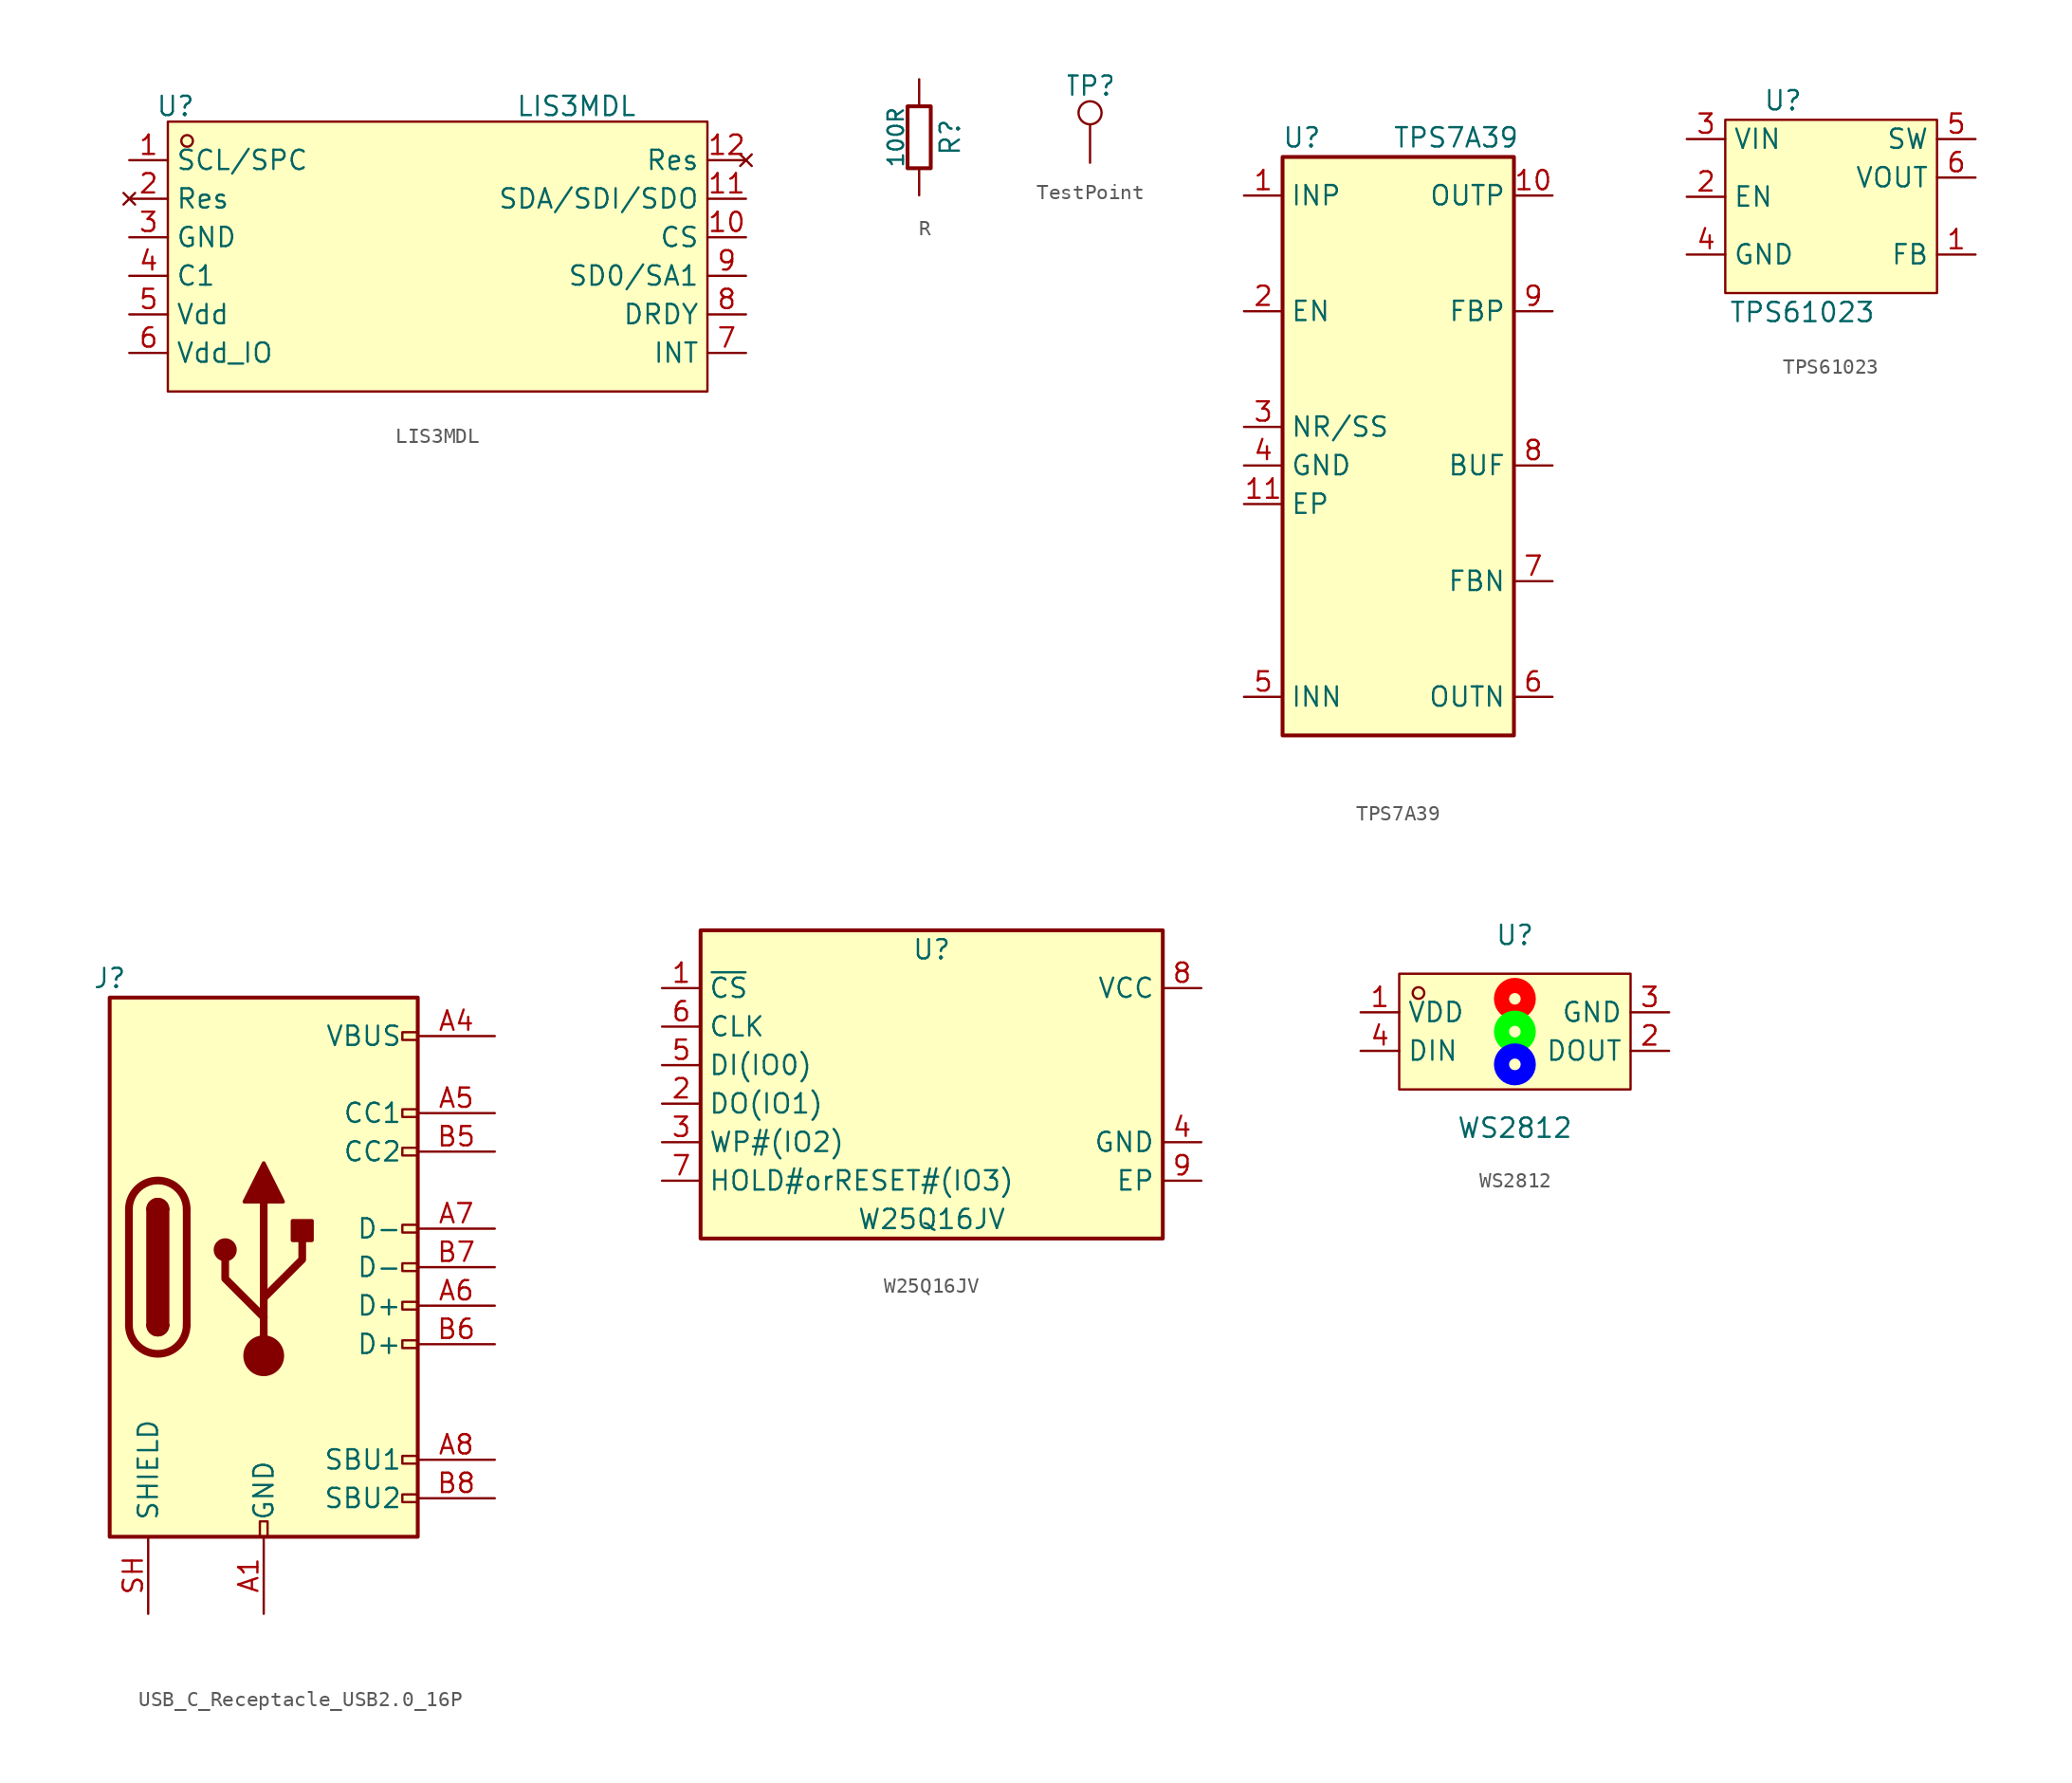
<source format=kicad_sym>
(kicad_symbol_lib
  (version 20241209)
  (generator "kicad_symbol_editor")
  (generator_version "9.0")
  (symbol "LIS3MDL"
    (property "Reference" "U"
      (at -17.272 9.906 0)
      (effects (font (size 1.27 1.27))))
    (property "Value" "LIS3MDL"
      (at 9.144 9.906 0)
      (effects (font (size 1.27 1.27))))
    (symbol "LIS3MDL_0_1"
      (rectangle (start -17.78 8.89) (end 17.78 -8.89) (stroke (width 0) (type default)) (fill (type background)))
      (circle (center -16.51 7.62) (radius 0.38) (stroke (width 0) (type default)) (fill (type none)))
      (pin unspecified line (at -20.32 6.35 0) (length 2.54) (name "SCL/SPC" (effects (font (size 1.27 1.27)))) (number "1" (effects (font (size 1.27 1.27)))))
      (pin unspecified line (at -20.32 -1.27 0) (length 2.54) (name "C1" (effects (font (size 1.27 1.27)))) (number "4" (effects (font (size 1.27 1.27)))))
      (pin unspecified line (at 20.32 3.81 180) (length 2.54) (name "SDA/SDI/SDO" (effects (font (size 1.27 1.27)))) (number "11" (effects (font (size 1.27 1.27)))))
      (pin unspecified line (at 20.32 1.27 180) (length 2.54) (name "CS" (effects (font (size 1.27 1.27)))) (number "10" (effects (font (size 1.27 1.27)))))
      (pin unspecified line (at 20.32 -1.27 180) (length 2.54) (name "SD0/SA1" (effects (font (size 1.27 1.27)))) (number "9" (effects (font (size 1.27 1.27)))))
      (pin unspecified line (at 20.32 -3.81 180) (length 2.54) (name "DRDY" (effects (font (size 1.27 1.27)))) (number "8" (effects (font (size 1.27 1.27)))))
      (pin unspecified line (at 20.32 -6.35 180) (length 2.54) (name "INT" (effects (font (size 1.27 1.27)))) (number "7" (effects (font (size 1.27 1.27))))))
    (symbol "LIS3MDL_1_1"
      (pin no_connect line (at -20.32 3.81 0) (length 2.54) (name "Res" (effects (font (size 1.27 1.27)))) (number "2" (effects (font (size 1.27 1.27)))))
      (pin power_in line (at -20.32 1.27 0) (length 2.54) (name "GND" (effects (font (size 1.27 1.27)))) (number "3" (effects (font (size 1.27 1.27)))))
      (pin power_in line (at -20.32 -3.81 0) (length 2.54) (name "Vdd" (effects (font (size 1.27 1.27)))) (number "5" (effects (font (size 1.27 1.27)))))
      (pin power_in line (at -20.32 -6.35 0) (length 2.54) (name "Vdd_IO" (effects (font (size 1.27 1.27)))) (number "6" (effects (font (size 1.27 1.27)))))
      (pin no_connect line (at 20.32 6.35 180) (length 2.54) (name "Res" (effects (font (size 1.27 1.27)))) (number "12" (effects (font (size 1.27 1.27)))))))
  (symbol "R"
    (pin_numbers
      (hide yes))
    (pin_names
      (offset 0))
    (property "Reference" "R"
      (at 2.032 0 90)
      (effects (font (size 1.27 1.27))))
    (property "Value" "100R"
      (at -1.524 0 90)
      (do_not_autoplace)
      (effects (font (size 1.016 1.016))))
    (symbol "R_0_1"
      (rectangle (start -0.762 2.032) (end 0.762 -2.032) (stroke (width 0.254) (type default)) (fill (type none))))
    (symbol "R_1_1"
      (pin passive line (at 0 3.81 270) (length 1.778) (name "~" (effects (font (size 1.27 1.27)))) (number "1" (effects (font (size 1.27 1.27)))))
      (pin passive line (at 0 -3.81 90) (length 1.778) (name "~" (effects (font (size 1.27 1.27)))) (number "2" (effects (font (size 1.27 1.27)))))))
  (symbol "TestPoint"
    (pin_numbers
      (hide yes))
    (pin_names
      (offset 0.762)
      (hide yes))
    (property "Reference" "TP"
      (at 0 5.08 0)
      (effects (font (size 1.27 1.27))))
    (symbol "TestPoint_0_1"
      (circle (center 0 3.302) (radius 0.762) (stroke (width 0) (type default)) (fill (type none))))
    (symbol "TestPoint_1_1"
      (pin passive line (at 0 0 90) (length 2.54) (name "1" (effects (font (size 1.27 1.27)))) (number "1" (effects (font (size 1.27 1.27)))))))
  (symbol "TPS7A39"
    (property "Reference" "U"
      (at -6.35 21.59 0)
      (effects (font (size 1.27 1.27))))
    (property "Value" "TPS7A39"
      (at 3.81 21.59 0)
      (effects (font (size 1.27 1.27))))
    (symbol "TPS7A39_0_1"
      (rectangle (start -7.62 20.32) (end 7.62 -17.78) (stroke (width 0.254) (type default)) (fill (type background))))
    (symbol "TPS7A39_1_1"
      (pin power_in line (at -10.16 17.78 0) (length 2.54) (name "INP" (effects (font (size 1.27 1.27)))) (number "1" (effects (font (size 1.27 1.27)))))
      (pin power_in line (at -10.16 10.16 0) (length 2.54) (name "EN" (effects (font (size 1.27 1.27)))) (number "2" (effects (font (size 1.27 1.27)))))
      (pin input line (at -10.16 2.54 0) (length 2.54) (name "NR/SS" (effects (font (size 1.27 1.27)))) (number "3" (effects (font (size 1.27 1.27)))))
      (pin power_in line (at -10.16 0 0) (length 2.54) (name "GND" (effects (font (size 1.27 1.27)))) (number "4" (effects (font (size 1.27 1.27)))))
      (pin power_out line (at -10.16 -2.54 0) (length 2.54) (name "EP" (effects (font (size 1.27 1.27)))) (number "11" (effects (font (size 1.27 1.27)))))
      (pin power_out line (at -10.16 -15.24 0) (length 2.54) (name "INN" (effects (font (size 1.27 1.27)))) (number "5" (effects (font (size 1.27 1.27)))))
      (pin power_out line (at 10.16 17.78 180) (length 2.54) (name "OUTP" (effects (font (size 1.27 1.27)))) (number "10" (effects (font (size 1.27 1.27)))))
      (pin power_out line (at 10.16 10.16 180) (length 2.54) (name "FBP" (effects (font (size 1.27 1.27)))) (number "9" (effects (font (size 1.27 1.27)))))
      (pin power_out line (at 10.16 0 180) (length 2.54) (name "BUF" (effects (font (size 1.27 1.27)))) (number "8" (effects (font (size 1.27 1.27)))))
      (pin power_out line (at 10.16 -7.62 180) (length 2.54) (name "FBN" (effects (font (size 1.27 1.27)))) (number "7" (effects (font (size 1.27 1.27)))))
      (pin power_out line (at 10.16 -15.24 180) (length 2.54) (name "OUTN" (effects (font (size 1.27 1.27)))) (number "6" (effects (font (size 1.27 1.27)))))))
  (symbol "TPS61023"
    (property "Reference" "U"
      (at -2.54 6.35 0)
      (effects (font (size 1.27 1.27))))
    (property "Value" "TPS61023"
      (at -1.27 -7.62 0)
      (effects (font (size 1.27 1.27))))
    (symbol "TPS61023_0_1"
      (rectangle (start -6.35 5.08) (end 7.62 -6.35) (stroke (width 0) (type default)) (fill (type background))))
    (symbol "TPS61023_1_1"
      (pin power_in line (at -8.89 3.81 0) (length 2.54) (name "VIN" (effects (font (size 1.27 1.27)))) (number "3" (effects (font (size 1.27 1.27)))))
      (pin input line (at -8.89 0 0) (length 2.54) (name "EN" (effects (font (size 1.27 1.27)))) (number "2" (effects (font (size 1.27 1.27)))))
      (pin power_in line (at -8.89 -3.81 0) (length 2.54) (name "GND" (effects (font (size 1.27 1.27)))) (number "4" (effects (font (size 1.27 1.27)))))
      (pin passive line (at 10.16 3.81 180) (length 2.54) (name "SW" (effects (font (size 1.27 1.27)))) (number "5" (effects (font (size 1.27 1.27)))))
      (pin power_out line (at 10.16 1.27 180) (length 2.54) (name "VOUT" (effects (font (size 1.27 1.27)))) (number "6" (effects (font (size 1.27 1.27)))))
      (pin passive line (at 10.16 -3.81 180) (length 2.54) (name "FB" (effects (font (size 1.27 1.27)))) (number "1" (effects (font (size 1.27 1.27)))))))
  (symbol "USB_C_Receptacle_USB2.0_16P"
    (pin_names
      (offset 1.016))
    (property "Reference" "J"
      (at -10.16 19.05 0)
      (effects (font (size 1.27 1.27))))
    (symbol "USB_C_Receptacle_USB2.0_16P_0_0"
      (rectangle (start -0.254 -17.78) (end 0.254 -16.764) (stroke (width 0) (type default)) (fill (type none)))
      (rectangle (start 10.16 15.494) (end 9.144 14.986) (stroke (width 0) (type default)) (fill (type none)))
      (rectangle (start 10.16 10.414) (end 9.144 9.906) (stroke (width 0) (type default)) (fill (type none)))
      (rectangle (start 10.16 7.874) (end 9.144 7.366) (stroke (width 0) (type default)) (fill (type none)))
      (rectangle (start 10.16 2.794) (end 9.144 2.286) (stroke (width 0) (type default)) (fill (type none)))
      (rectangle (start 10.16 0.254) (end 9.144 -0.254) (stroke (width 0) (type default)) (fill (type none)))
      (rectangle (start 10.16 -2.286) (end 9.144 -2.794) (stroke (width 0) (type default)) (fill (type none)))
      (rectangle (start 10.16 -4.826) (end 9.144 -5.334) (stroke (width 0) (type default)) (fill (type none)))
      (rectangle (start 10.16 -12.446) (end 9.144 -12.954) (stroke (width 0) (type default)) (fill (type none)))
      (rectangle (start 10.16 -14.986) (end 9.144 -15.494) (stroke (width 0) (type default)) (fill (type none))))
    (symbol "USB_C_Receptacle_USB2.0_16P_0_1"
      (rectangle (start -10.16 17.78) (end 10.16 -17.78) (stroke (width 0.254) (type default)) (fill (type background)))
      (polyline (pts (xy -8.89 -3.81) (xy -8.89 3.81)) (stroke (width 0.508) (type default)) (fill (type none)))
      (rectangle (start -7.62 -3.81) (end -6.35 3.81) (stroke (width 0.254) (type default)) (fill (type outline)))
      (arc (start -7.62 3.81) (mid -6.985 4.4423) (end -6.35 3.81) (stroke (width 0.254) (type default)) (fill (type none)))
      (arc (start -7.62 3.81) (mid -6.985 4.4423) (end -6.35 3.81) (stroke (width 0.254) (type default)) (fill (type outline)))
      (arc (start -8.89 3.81) (mid -6.985 5.7067) (end -5.08 3.81) (stroke (width 0.508) (type default)) (fill (type none)))
      (arc (start -5.08 -3.81) (mid -6.985 -5.7067) (end -8.89 -3.81) (stroke (width 0.508) (type default)) (fill (type none)))
      (arc (start -6.35 -3.81) (mid -6.985 -4.4423) (end -7.62 -3.81) (stroke (width 0.254) (type default)) (fill (type none)))
      (arc (start -6.35 -3.81) (mid -6.985 -4.4423) (end -7.62 -3.81) (stroke (width 0.254) (type default)) (fill (type outline)))
      (polyline (pts (xy -5.08 3.81) (xy -5.08 -3.81)) (stroke (width 0.508) (type default)) (fill (type none)))
      (circle (center -2.54 1.143) (radius 0.635) (stroke (width 0.254) (type default)) (fill (type outline)))
      (polyline (pts (xy -1.27 4.318) (xy 0 6.858) (xy 1.27 4.318) (xy -1.27 4.318)) (stroke (width 0.254) (type default)) (fill (type outline)))
      (polyline (pts (xy 0 -2.032) (xy 2.54 0.508) (xy 2.54 1.778)) (stroke (width 0.508) (type default)) (fill (type none)))
      (polyline (pts (xy 0 -3.302) (xy -2.54 -0.762) (xy -2.54 0.508)) (stroke (width 0.508) (type default)) (fill (type none)))
      (polyline (pts (xy 0 -5.842) (xy 0 4.318)) (stroke (width 0.508) (type default)) (fill (type none)))
      (circle (center 0 -5.842) (radius 1.27) (stroke (width 0) (type default)) (fill (type outline)))
      (rectangle (start 1.905 1.778) (end 3.175 3.048) (stroke (width 0.254) (type default)) (fill (type outline))))
    (symbol "USB_C_Receptacle_USB2.0_16P_1_1"
      (pin passive line (at -7.62 -22.86 90) (length 5.08) (name "SHIELD" (effects (font (size 1.27 1.27)))) (number "SH" (effects (font (size 1.27 1.27)))))
      (pin passive line (at 0 -22.86 90) (length 5.08) (name "GND" (effects (font (size 1.27 1.27)))) (number "A1" (effects (font (size 1.27 1.27)))))
      (pin passive line (at 0 -22.86 90) (length 5.08) (hide yes) (name "GND" (effects (font (size 1.27 1.27)))) (number "A12" (effects (font (size 1.27 1.27)))))
      (pin passive line (at 0 -22.86 90) (length 5.08) (hide yes) (name "GND" (effects (font (size 1.27 1.27)))) (number "B1" (effects (font (size 1.27 1.27)))))
      (pin passive line (at 0 -22.86 90) (length 5.08) (hide yes) (name "GND" (effects (font (size 1.27 1.27)))) (number "B12" (effects (font (size 1.27 1.27)))))
      (pin passive line (at 15.24 15.24 180) (length 5.08) (name "VBUS" (effects (font (size 1.27 1.27)))) (number "A4" (effects (font (size 1.27 1.27)))))
      (pin passive line (at 15.24 15.24 180) (length 5.08) (hide yes) (name "VBUS" (effects (font (size 1.27 1.27)))) (number "A9" (effects (font (size 1.27 1.27)))))
      (pin passive line (at 15.24 15.24 180) (length 5.08) (hide yes) (name "VBUS" (effects (font (size 1.27 1.27)))) (number "B4" (effects (font (size 1.27 1.27)))))
      (pin passive line (at 15.24 15.24 180) (length 5.08) (hide yes) (name "VBUS" (effects (font (size 1.27 1.27)))) (number "B9" (effects (font (size 1.27 1.27)))))
      (pin bidirectional line (at 15.24 10.16 180) (length 5.08) (name "CC1" (effects (font (size 1.27 1.27)))) (number "A5" (effects (font (size 1.27 1.27)))))
      (pin bidirectional line (at 15.24 7.62 180) (length 5.08) (name "CC2" (effects (font (size 1.27 1.27)))) (number "B5" (effects (font (size 1.27 1.27)))))
      (pin bidirectional line (at 15.24 2.54 180) (length 5.08) (name "D-" (effects (font (size 1.27 1.27)))) (number "A7" (effects (font (size 1.27 1.27)))))
      (pin bidirectional line (at 15.24 0 180) (length 5.08) (name "D-" (effects (font (size 1.27 1.27)))) (number "B7" (effects (font (size 1.27 1.27)))))
      (pin bidirectional line (at 15.24 -2.54 180) (length 5.08) (name "D+" (effects (font (size 1.27 1.27)))) (number "A6" (effects (font (size 1.27 1.27)))))
      (pin bidirectional line (at 15.24 -5.08 180) (length 5.08) (name "D+" (effects (font (size 1.27 1.27)))) (number "B6" (effects (font (size 1.27 1.27)))))
      (pin bidirectional line (at 15.24 -12.7 180) (length 5.08) (name "SBU1" (effects (font (size 1.27 1.27)))) (number "A8" (effects (font (size 1.27 1.27)))))
      (pin bidirectional line (at 15.24 -15.24 180) (length 5.08) (name "SBU2" (effects (font (size 1.27 1.27)))) (number "B8" (effects (font (size 1.27 1.27)))))))
  (symbol "W25Q16JV"
    (property "Reference" "U"
      (at 0 7.62 0)
      (effects (font (size 1.27 1.27))))
    (property "Value" "W25Q16JV"
      (at 0 -10.16 0)
      (effects (font (size 1.27 1.27))))
    (symbol "W25Q16JV_0_1"
      (rectangle (start -15.24 8.89) (end 15.24 -11.43) (stroke (width 0.254) (type default)) (fill (type background)))
      (pin unspecified line (at -17.78 5.08 0) (length 2.54) (name "~{CS}" (effects (font (size 1.27 1.27)))) (number "1" (effects (font (size 1.27 1.27)))))
      (pin unspecified line (at -17.78 2.54 0) (length 2.54) (name "CLK" (effects (font (size 1.27 1.27)))) (number "6" (effects (font (size 1.27 1.27)))))
      (pin unspecified line (at -17.78 0 0) (length 2.54) (name "DI(IO0)" (effects (font (size 1.27 1.27)))) (number "5" (effects (font (size 1.27 1.27)))))
      (pin unspecified line (at -17.78 -2.54 0) (length 2.54) (name "DO(IO1)" (effects (font (size 1.27 1.27)))) (number "2" (effects (font (size 1.27 1.27)))))
      (pin unspecified line (at -17.78 -5.08 0) (length 2.54) (name "WP#(IO2)" (effects (font (size 1.27 1.27)))) (number "3" (effects (font (size 1.27 1.27)))))
      (pin unspecified line (at -17.78 -7.62 0) (length 2.54) (name "HOLD#orRESET#(IO3)" (effects (font (size 1.27 1.27)))) (number "7" (effects (font (size 1.27 1.27)))))
      (pin unspecified line (at 17.78 5.08 180) (length 2.54) (name "VCC" (effects (font (size 1.27 1.27)))) (number "8" (effects (font (size 1.27 1.27)))))
      (pin unspecified line (at 17.78 -5.08 180) (length 2.54) (name "GND" (effects (font (size 1.27 1.27)))) (number "4" (effects (font (size 1.27 1.27)))))
      (pin unspecified line (at 17.78 -7.62 180) (length 2.54) (name "EP" (effects (font (size 1.27 1.27)))) (number "9" (effects (font (size 1.27 1.27)))))))
  (symbol "WS2812"
    (property "Reference" "U"
      (at 0 6.35 0)
      (effects (font (size 1.27 1.27))))
    (property "Value" "WS2812"
      (at 0 -6.35 0)
      (effects (font (size 1.27 1.27))))
    (symbol "WS2812_0_1"
      (rectangle (start -7.62 3.81) (end 7.62 -3.81) (stroke (width 0) (type default)) (fill (type background)))
      (circle (center -6.35 2.54) (radius 0.38) (stroke (width 0) (type default)) (fill (type none)))
      (pin unspecified line (at -10.16 1.27 0) (length 2.54) (name "VDD" (effects (font (size 1.27 1.27)))) (number "1" (effects (font (size 1.27 1.27)))))
      (pin unspecified line (at -10.16 -1.27 0) (length 2.54) (name "DIN" (effects (font (size 1.27 1.27)))) (number "4" (effects (font (size 1.27 1.27)))))
      (pin unspecified line (at 10.16 1.27 180) (length 2.54) (name "GND" (effects (font (size 1.27 1.27)))) (number "3" (effects (font (size 1.27 1.27)))))
      (pin unspecified line (at 10.16 -1.27 180) (length 2.54) (name "DOUT" (effects (font (size 1.27 1.27)))) (number "2" (effects (font (size 1.27 1.27))))))
    (symbol "WS2812_1_1"
      (circle (center 0 2.159) (radius 0.381) (stroke (width 1) (type default) (color 255 0 0 1)) (fill (type none)))
      (circle (center 0 0) (radius 0.381) (stroke (width 1) (type default) (color 0 255 0 1)) (fill (type none)))
      (circle (center 0 -2.159) (radius 0.381) (stroke (width 1) (type default) (color 0 0 255 1)) (fill (type none))))))
</source>
